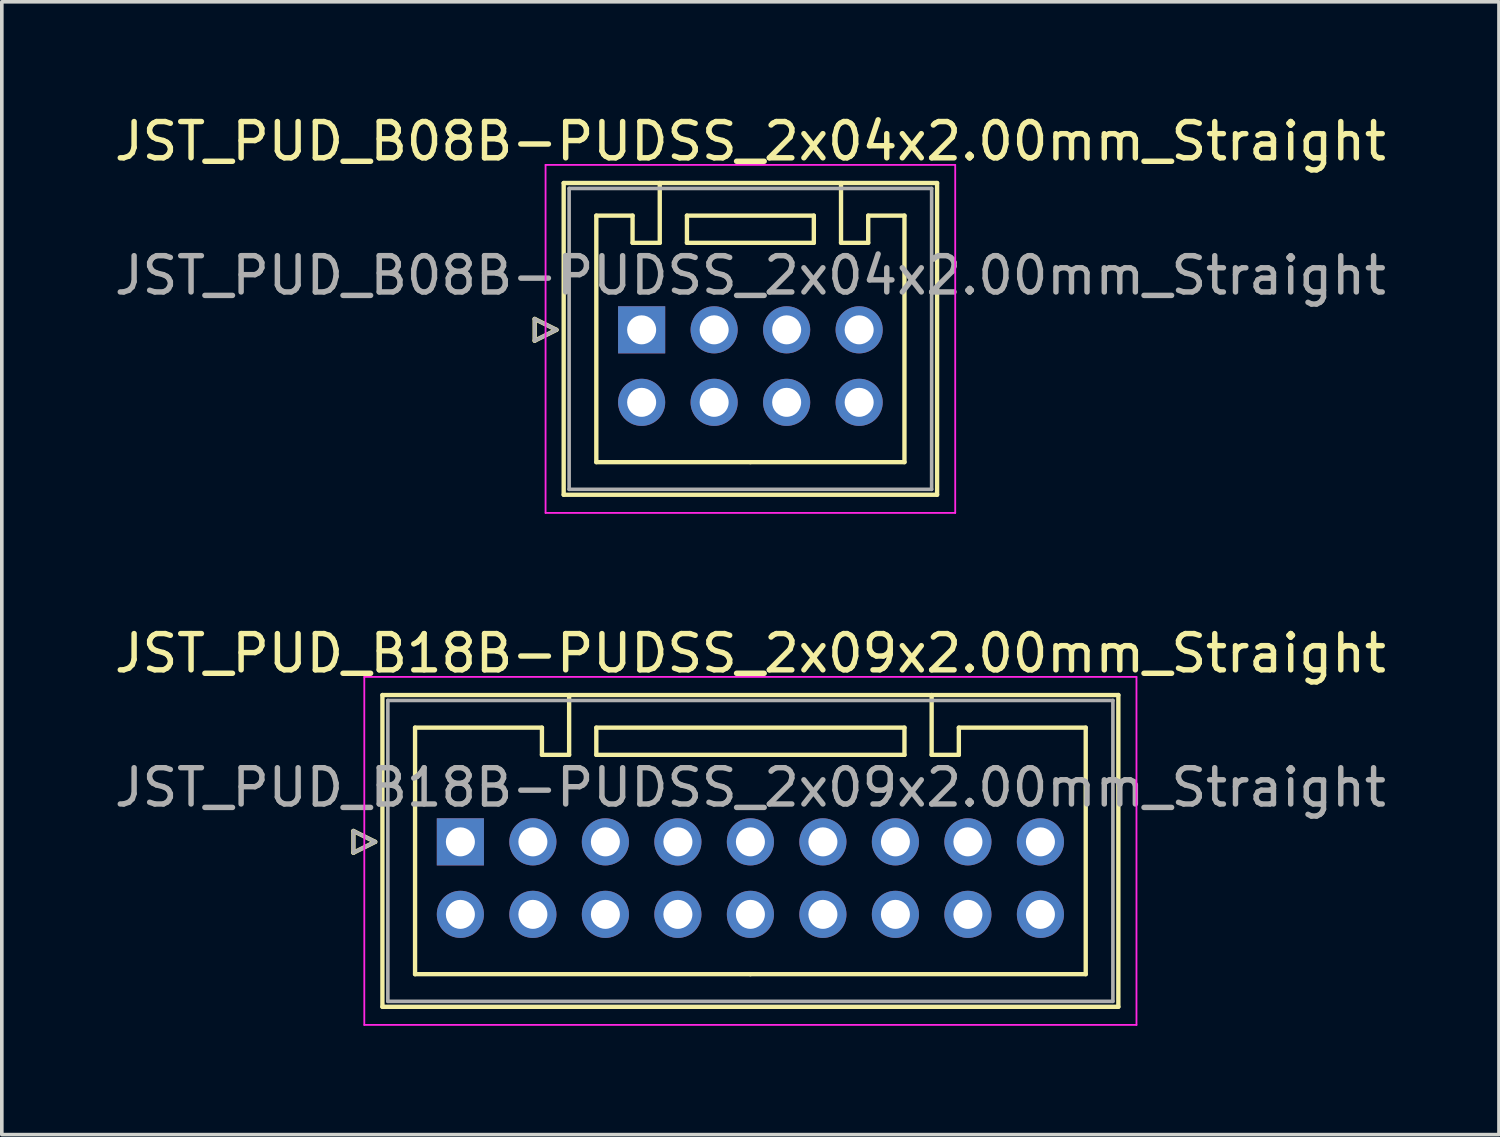
<source format=kicad_pcb>
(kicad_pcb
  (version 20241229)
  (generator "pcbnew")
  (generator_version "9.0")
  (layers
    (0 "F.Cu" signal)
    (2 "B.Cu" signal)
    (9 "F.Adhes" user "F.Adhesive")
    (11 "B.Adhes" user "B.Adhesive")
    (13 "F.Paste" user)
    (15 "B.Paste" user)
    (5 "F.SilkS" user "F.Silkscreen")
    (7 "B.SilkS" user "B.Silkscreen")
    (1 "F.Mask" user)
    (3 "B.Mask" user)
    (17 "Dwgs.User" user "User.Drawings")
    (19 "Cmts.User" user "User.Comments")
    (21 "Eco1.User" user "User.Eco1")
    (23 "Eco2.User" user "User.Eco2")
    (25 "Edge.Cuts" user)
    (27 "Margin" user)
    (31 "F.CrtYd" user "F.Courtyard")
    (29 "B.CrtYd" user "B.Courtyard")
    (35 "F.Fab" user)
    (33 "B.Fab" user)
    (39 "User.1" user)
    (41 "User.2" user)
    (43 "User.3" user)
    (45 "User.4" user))
  (footprint "JST_PUD_B08B-PUDSS_2x04x2.00mm_Straight"
    (layer "F.Cu")
    (at 14.649 6.048)
    (property "Reference" "JST_PUD_B08B-PUDSS_2x04x2.00mm_Straight" (at 3 -5.2 0) (layer "F.SilkS") (effects (font (size 1 1) (thickness 0.15))))
    (attr through_hole)
    (fp_line (start -2.95 -0.3) (end -2.35 0) (stroke (width 0.12) (type solid)) (layer "F.SilkS"))
    (fp_line (start -2.95 0.3) (end -2.95 -0.3) (stroke (width 0.12) (type solid)) (layer "F.SilkS"))
    (fp_line (start -2.35 0) (end -2.95 0.3) (stroke (width 0.12) (type solid)) (layer "F.SilkS"))
    (fp_line (start -2.15 -4.05) (end -2.15 4.55) (stroke (width 0.12) (type solid)) (layer "F.SilkS"))
    (fp_line (start -2.15 4.55) (end 8.15 4.55) (stroke (width 0.12) (type solid)) (layer "F.SilkS"))
    (fp_line (start -1.25 -3.15) (end -1.25 3.65) (stroke (width 0.12) (type solid)) (layer "F.SilkS"))
    (fp_line (start -1.25 3.65) (end 3 3.65) (stroke (width 0.12) (type solid)) (layer "F.SilkS"))
    (fp_line (start -0.25 -3.15) (end -1.25 -3.15) (stroke (width 0.12) (type solid)) (layer "F.SilkS"))
    (fp_line (start -0.25 -2.4) (end -0.25 -3.15) (stroke (width 0.12) (type solid)) (layer "F.SilkS"))
    (fp_line (start 0.5 -4.05) (end 0.5 -2.4) (stroke (width 0.12) (type solid)) (layer "F.SilkS"))
    (fp_line (start 0.5 -2.4) (end -0.25 -2.4) (stroke (width 0.12) (type solid)) (layer "F.SilkS"))
    (fp_line (start 1.25 -3.15) (end 1.25 -2.4) (stroke (width 0.12) (type solid)) (layer "F.SilkS"))
    (fp_line (start 1.25 -2.4) (end 4.75 -2.4) (stroke (width 0.12) (type solid)) (layer "F.SilkS"))
    (fp_line (start 4.75 -3.15) (end 1.25 -3.15) (stroke (width 0.12) (type solid)) (layer "F.SilkS"))
    (fp_line (start 4.75 -2.4) (end 4.75 -3.15) (stroke (width 0.12) (type solid)) (layer "F.SilkS"))
    (fp_line (start 5.5 -4.05) (end 5.5 -2.4) (stroke (width 0.12) (type solid)) (layer "F.SilkS"))
    (fp_line (start 5.5 -2.4) (end 6.25 -2.4) (stroke (width 0.12) (type solid)) (layer "F.SilkS"))
    (fp_line (start 6.25 -3.15) (end 7.25 -3.15) (stroke (width 0.12) (type solid)) (layer "F.SilkS"))
    (fp_line (start 6.25 -2.4) (end 6.25 -3.15) (stroke (width 0.12) (type solid)) (layer "F.SilkS"))
    (fp_line (start 7.25 -3.15) (end 7.25 3.65) (stroke (width 0.12) (type solid)) (layer "F.SilkS"))
    (fp_line (start 7.25 3.65) (end 3 3.65) (stroke (width 0.12) (type solid)) (layer "F.SilkS"))
    (fp_line (start 8.15 -4.05) (end -2.15 -4.05) (stroke (width 0.12) (type solid)) (layer "F.SilkS"))
    (fp_line (start 8.15 4.55) (end 8.15 -4.05) (stroke (width 0.12) (type solid)) (layer "F.SilkS"))
    (fp_line (start -2.65 -4.55) (end -2.65 5.05) (stroke (width 0.05) (type solid)) (layer "F.CrtYd"))
    (fp_line (start -2.65 5.05) (end 8.65 5.05) (stroke (width 0.05) (type solid)) (layer "F.CrtYd"))
    (fp_line (start 8.65 -4.55) (end -2.65 -4.55) (stroke (width 0.05) (type solid)) (layer "F.CrtYd"))
    (fp_line (start 8.65 5.05) (end 8.65 -4.55) (stroke (width 0.05) (type solid)) (layer "F.CrtYd"))
    (fp_line (start -2.95 -0.3) (end -2.35 0) (stroke (width 0.1) (type solid)) (layer "F.Fab"))
    (fp_line (start -2.95 0.3) (end -2.95 -0.3) (stroke (width 0.1) (type solid)) (layer "F.Fab"))
    (fp_line (start -2.35 0) (end -2.95 0.3) (stroke (width 0.1) (type solid)) (layer "F.Fab"))
    (fp_line (start -2 -3.9) (end -2 4.4) (stroke (width 0.1) (type solid)) (layer "F.Fab"))
    (fp_line (start -2 4.4) (end 8 4.4) (stroke (width 0.1) (type solid)) (layer "F.Fab"))
    (fp_line (start 8 -3.9) (end -2 -3.9) (stroke (width 0.1) (type solid)) (layer "F.Fab"))
    (fp_line (start 8 4.4) (end 8 -3.9) (stroke (width 0.1) (type solid)) (layer "F.Fab"))
    (fp_text user "${REFERENCE}" (at 3 -1.5 0) (layer "F.Fab") (effects (font (size 1 1) (thickness 0.15))))
    (pad "1" thru_hole rect (at 0 0) (size 1.3 1.3) (drill 0.8) (layers "*.Cu" "*.Mask"))
    (pad "2" thru_hole circle (at 0 2) (size 1.3 1.3) (drill 0.8) (layers "*.Cu" "*.Mask"))
    (pad "3" thru_hole circle (at 2 0) (size 1.3 1.3) (drill 0.8) (layers "*.Cu" "*.Mask"))
    (pad "4" thru_hole circle (at 2 2) (size 1.3 1.3) (drill 0.8) (layers "*.Cu" "*.Mask"))
    (pad "5" thru_hole circle (at 4 0) (size 1.3 1.3) (drill 0.8) (layers "*.Cu" "*.Mask"))
    (pad "6" thru_hole circle (at 4 2) (size 1.3 1.3) (drill 0.8) (layers "*.Cu" "*.Mask"))
    (pad "7" thru_hole circle (at 6 0) (size 1.3 1.3) (drill 0.8) (layers "*.Cu" "*.Mask"))
    (pad "8" thru_hole circle (at 6 2) (size 1.3 1.3) (drill 0.8) (layers "*.Cu" "*.Mask")))
  (footprint "JST_PUD_B18B-PUDSS_2x09x2.00mm_Straight"
    (layer "F.Cu")
    (at 9.649 20.172)
    (property "Reference" "JST_PUD_B18B-PUDSS_2x09x2.00mm_Straight" (at 8 -5.2 0) (layer "F.SilkS") (effects (font (size 1 1) (thickness 0.15))))
    (attr through_hole)
    (fp_line (start -2.95 -0.3) (end -2.35 0) (stroke (width 0.12) (type solid)) (layer "F.SilkS"))
    (fp_line (start -2.95 0.3) (end -2.95 -0.3) (stroke (width 0.12) (type solid)) (layer "F.SilkS"))
    (fp_line (start -2.35 0) (end -2.95 0.3) (stroke (width 0.12) (type solid)) (layer "F.SilkS"))
    (fp_line (start -2.15 -4.05) (end -2.15 4.55) (stroke (width 0.12) (type solid)) (layer "F.SilkS"))
    (fp_line (start -2.15 4.55) (end 18.15 4.55) (stroke (width 0.12) (type solid)) (layer "F.SilkS"))
    (fp_line (start -1.25 -3.15) (end -1.25 3.65) (stroke (width 0.12) (type solid)) (layer "F.SilkS"))
    (fp_line (start -1.25 3.65) (end 8 3.65) (stroke (width 0.12) (type solid)) (layer "F.SilkS"))
    (fp_line (start 2.25 -3.15) (end -1.25 -3.15) (stroke (width 0.12) (type solid)) (layer "F.SilkS"))
    (fp_line (start 2.25 -2.4) (end 2.25 -3.15) (stroke (width 0.12) (type solid)) (layer "F.SilkS"))
    (fp_line (start 3 -4.05) (end 3 -2.4) (stroke (width 0.12) (type solid)) (layer "F.SilkS"))
    (fp_line (start 3 -2.4) (end 2.25 -2.4) (stroke (width 0.12) (type solid)) (layer "F.SilkS"))
    (fp_line (start 3.75 -3.15) (end 3.75 -2.4) (stroke (width 0.12) (type solid)) (layer "F.SilkS"))
    (fp_line (start 3.75 -2.4) (end 12.25 -2.4) (stroke (width 0.12) (type solid)) (layer "F.SilkS"))
    (fp_line (start 12.25 -3.15) (end 3.75 -3.15) (stroke (width 0.12) (type solid)) (layer "F.SilkS"))
    (fp_line (start 12.25 -2.4) (end 12.25 -3.15) (stroke (width 0.12) (type solid)) (layer "F.SilkS"))
    (fp_line (start 13 -4.05) (end 13 -2.4) (stroke (width 0.12) (type solid)) (layer "F.SilkS"))
    (fp_line (start 13 -2.4) (end 13.75 -2.4) (stroke (width 0.12) (type solid)) (layer "F.SilkS"))
    (fp_line (start 13.75 -3.15) (end 17.25 -3.15) (stroke (width 0.12) (type solid)) (layer "F.SilkS"))
    (fp_line (start 13.75 -2.4) (end 13.75 -3.15) (stroke (width 0.12) (type solid)) (layer "F.SilkS"))
    (fp_line (start 17.25 -3.15) (end 17.25 3.65) (stroke (width 0.12) (type solid)) (layer "F.SilkS"))
    (fp_line (start 17.25 3.65) (end 8 3.65) (stroke (width 0.12) (type solid)) (layer "F.SilkS"))
    (fp_line (start 18.15 -4.05) (end -2.15 -4.05) (stroke (width 0.12) (type solid)) (layer "F.SilkS"))
    (fp_line (start 18.15 4.55) (end 18.15 -4.05) (stroke (width 0.12) (type solid)) (layer "F.SilkS"))
    (fp_line (start -2.65 -4.55) (end -2.65 5.05) (stroke (width 0.05) (type solid)) (layer "F.CrtYd"))
    (fp_line (start -2.65 5.05) (end 18.65 5.05) (stroke (width 0.05) (type solid)) (layer "F.CrtYd"))
    (fp_line (start 18.65 -4.55) (end -2.65 -4.55) (stroke (width 0.05) (type solid)) (layer "F.CrtYd"))
    (fp_line (start 18.65 5.05) (end 18.65 -4.55) (stroke (width 0.05) (type solid)) (layer "F.CrtYd"))
    (fp_line (start -2.95 -0.3) (end -2.35 0) (stroke (width 0.1) (type solid)) (layer "F.Fab"))
    (fp_line (start -2.95 0.3) (end -2.95 -0.3) (stroke (width 0.1) (type solid)) (layer "F.Fab"))
    (fp_line (start -2.35 0) (end -2.95 0.3) (stroke (width 0.1) (type solid)) (layer "F.Fab"))
    (fp_line (start -2 -3.9) (end -2 4.4) (stroke (width 0.1) (type solid)) (layer "F.Fab"))
    (fp_line (start -2 4.4) (end 18 4.4) (stroke (width 0.1) (type solid)) (layer "F.Fab"))
    (fp_line (start 18 -3.9) (end -2 -3.9) (stroke (width 0.1) (type solid)) (layer "F.Fab"))
    (fp_line (start 18 4.4) (end 18 -3.9) (stroke (width 0.1) (type solid)) (layer "F.Fab"))
    (fp_text user "${REFERENCE}" (at 8 -1.5 0) (layer "F.Fab") (effects (font (size 1 1) (thickness 0.15))))
    (pad "1" thru_hole rect (at 0 0) (size 1.3 1.3) (drill 0.8) (layers "*.Cu" "*.Mask"))
    (pad "2" thru_hole circle (at 0 2) (size 1.3 1.3) (drill 0.8) (layers "*.Cu" "*.Mask"))
    (pad "3" thru_hole circle (at 2 0) (size 1.3 1.3) (drill 0.8) (layers "*.Cu" "*.Mask"))
    (pad "4" thru_hole circle (at 2 2) (size 1.3 1.3) (drill 0.8) (layers "*.Cu" "*.Mask"))
    (pad "5" thru_hole circle (at 4 0) (size 1.3 1.3) (drill 0.8) (layers "*.Cu" "*.Mask"))
    (pad "6" thru_hole circle (at 4 2) (size 1.3 1.3) (drill 0.8) (layers "*.Cu" "*.Mask"))
    (pad "7" thru_hole circle (at 6 0) (size 1.3 1.3) (drill 0.8) (layers "*.Cu" "*.Mask"))
    (pad "8" thru_hole circle (at 6 2) (size 1.3 1.3) (drill 0.8) (layers "*.Cu" "*.Mask"))
    (pad "9" thru_hole circle (at 8 0) (size 1.3 1.3) (drill 0.8) (layers "*.Cu" "*.Mask"))
    (pad "10" thru_hole circle (at 8 2) (size 1.3 1.3) (drill 0.8) (layers "*.Cu" "*.Mask"))
    (pad "11" thru_hole circle (at 10 0) (size 1.3 1.3) (drill 0.8) (layers "*.Cu" "*.Mask"))
    (pad "12" thru_hole circle (at 10 2) (size 1.3 1.3) (drill 0.8) (layers "*.Cu" "*.Mask"))
    (pad "13" thru_hole circle (at 12 0) (size 1.3 1.3) (drill 0.8) (layers "*.Cu" "*.Mask"))
    (pad "14" thru_hole circle (at 12 2) (size 1.3 1.3) (drill 0.8) (layers "*.Cu" "*.Mask"))
    (pad "15" thru_hole circle (at 14 0) (size 1.3 1.3) (drill 0.8) (layers "*.Cu" "*.Mask"))
    (pad "16" thru_hole circle (at 14 2) (size 1.3 1.3) (drill 0.8) (layers "*.Cu" "*.Mask"))
    (pad "17" thru_hole circle (at 16 0) (size 1.3 1.3) (drill 0.8) (layers "*.Cu" "*.Mask"))
    (pad "18" thru_hole circle (at 16 2) (size 1.3 1.3) (drill 0.8) (layers "*.Cu" "*.Mask")))
  (gr_rect
    (start -3 -3)
    (end 38.298 28.247)
    (stroke (width 0.1) (type default))
    (fill no)
    (layer "Edge.Cuts")))
</source>
